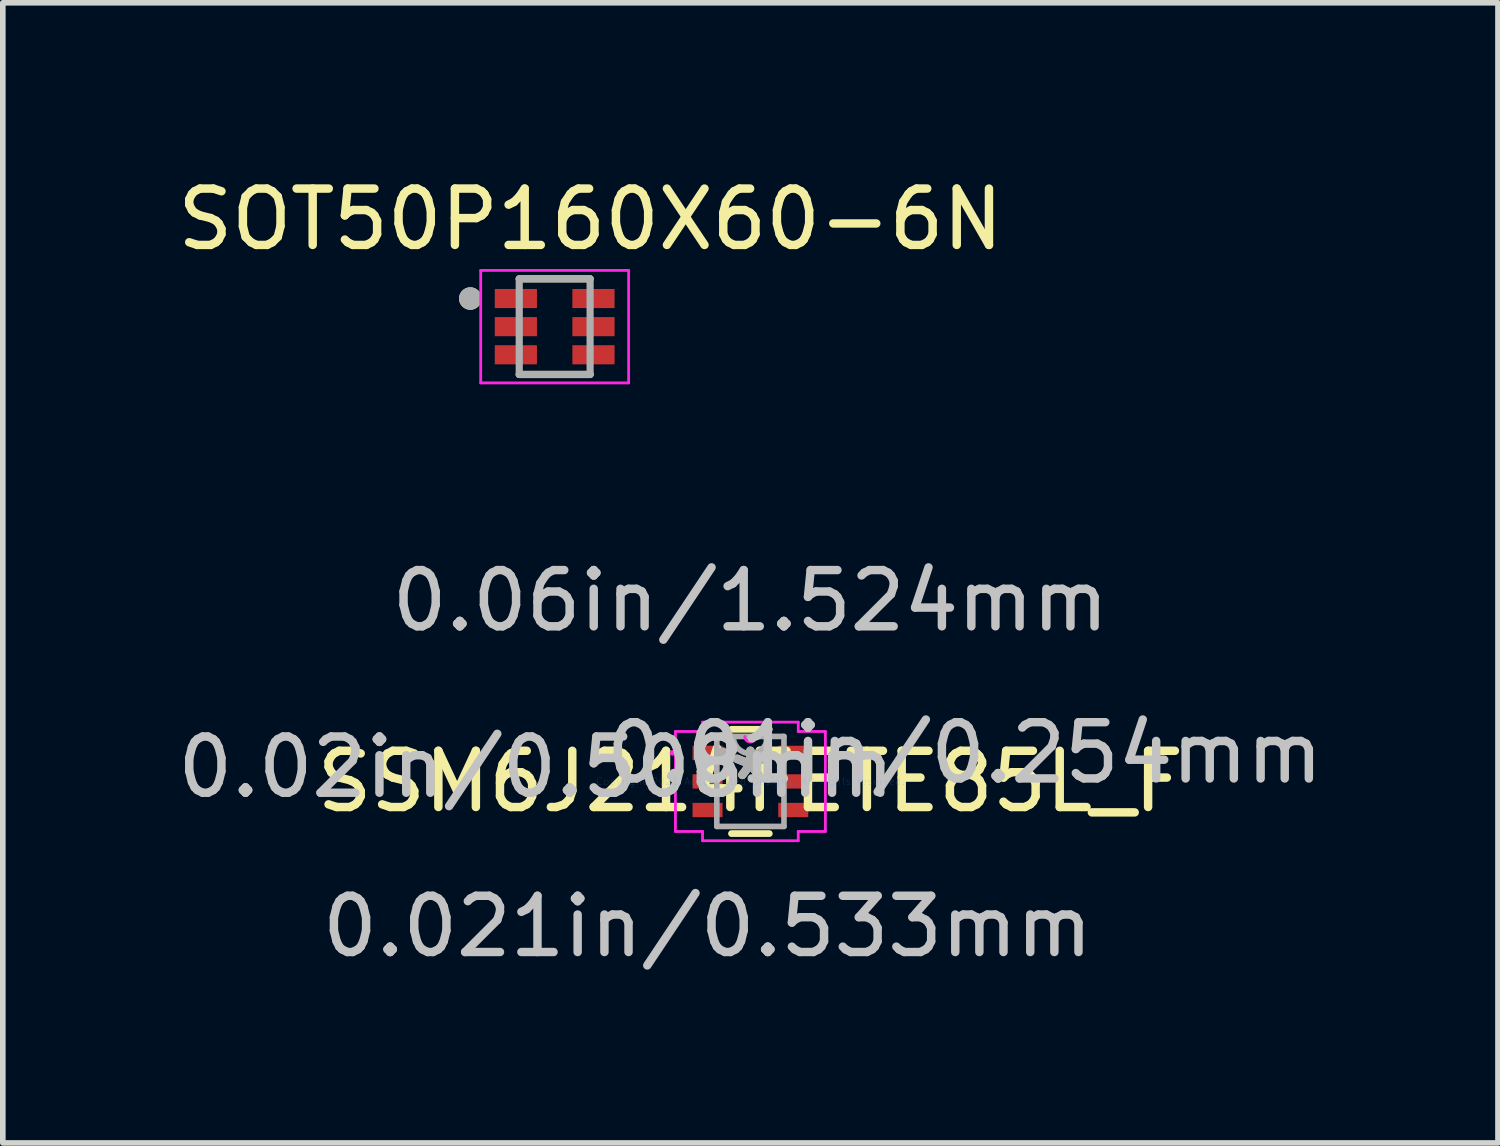
<source format=kicad_pcb>
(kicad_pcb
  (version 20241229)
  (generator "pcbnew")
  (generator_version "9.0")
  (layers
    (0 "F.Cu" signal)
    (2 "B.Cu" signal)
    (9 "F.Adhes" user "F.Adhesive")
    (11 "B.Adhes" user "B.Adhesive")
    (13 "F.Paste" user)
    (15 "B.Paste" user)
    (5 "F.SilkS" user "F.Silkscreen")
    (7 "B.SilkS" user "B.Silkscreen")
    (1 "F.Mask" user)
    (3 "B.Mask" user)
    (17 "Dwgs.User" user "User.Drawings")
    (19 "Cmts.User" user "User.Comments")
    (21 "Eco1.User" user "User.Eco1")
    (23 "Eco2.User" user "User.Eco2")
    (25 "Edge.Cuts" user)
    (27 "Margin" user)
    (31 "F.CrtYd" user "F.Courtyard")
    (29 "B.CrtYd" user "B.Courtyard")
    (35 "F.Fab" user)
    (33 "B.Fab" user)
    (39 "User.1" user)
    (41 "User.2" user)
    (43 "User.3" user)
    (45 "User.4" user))
  (footprint "SOT50P160X60-6N"
    (layer "F.Cu")
    (at 6.812 2.758)
    (property "Reference" "SOT50P160X60-6N" (at 0.636 -1.909 0) (layer "F.SilkS") (effects (font (size 1.002 1.002) (thickness 0.15))))
    (attr through_hole)
    (fp_line (start -0.63 -0.85) (end 0.63 -0.85) (stroke (width 0.127) (type solid)) (layer "F.SilkS"))
    (fp_line (start 0.63 0.85) (end -0.63 0.85) (stroke (width 0.127) (type solid)) (layer "F.SilkS"))
    (fp_circle (center -1.5 -0.5) (end -1.4 -0.5) (stroke (width 0.2) (type solid)) (fill no) (layer "F.SilkS"))
    (fp_line (start -1.315 -1) (end 1.315 -1) (stroke (width 0.05) (type solid)) (layer "F.CrtYd"))
    (fp_line (start -1.315 1) (end -1.315 -1) (stroke (width 0.05) (type solid)) (layer "F.CrtYd"))
    (fp_line (start 1.315 -1) (end 1.315 1) (stroke (width 0.05) (type solid)) (layer "F.CrtYd"))
    (fp_line (start 1.315 1) (end -1.315 1) (stroke (width 0.05) (type solid)) (layer "F.CrtYd"))
    (fp_line (start -0.63 -0.85) (end 0.63 -0.85) (stroke (width 0.127) (type solid)) (layer "F.Fab"))
    (fp_line (start -0.63 0.85) (end -0.63 -0.85) (stroke (width 0.127) (type solid)) (layer "F.Fab"))
    (fp_line (start 0.63 -0.85) (end 0.63 0.85) (stroke (width 0.127) (type solid)) (layer "F.Fab"))
    (fp_line (start 0.63 0.85) (end -0.63 0.85) (stroke (width 0.127) (type solid)) (layer "F.Fab"))
    (fp_circle (center -1.5 -0.5) (end -1.4 -0.5) (stroke (width 0.2) (type solid)) (fill no) (layer "F.Fab"))
    (pad "1" smd rect (at -0.69 -0.5) (size 0.75 0.34) (layers "F.Cu" "F.Mask" "F.Paste"))
    (pad "1" smd rect (at -0.69 0) (size 0.75 0.34) (layers "F.Cu" "F.Mask" "F.Paste"))
    (pad "1" smd rect (at 0.69 -0.5) (size 0.75 0.34) (layers "F.Cu" "F.Mask" "F.Paste"))
    (pad "1" smd rect (at 0.69 0) (size 0.75 0.34) (layers "F.Cu" "F.Mask" "F.Paste"))
    (pad "2" smd rect (at -0.69 0.5) (size 0.75 0.34) (layers "F.Cu" "F.Mask" "F.Paste"))
    (pad "3" smd rect (at 0.69 0.5) (size 0.75 0.34) (layers "F.Cu" "F.Mask" "F.Paste")))
  (footprint "SSM6J214FETE85L_F"
    (layer "F.Cu")
    (at 10.292 10.844)
    (property "Reference" "SSM6J214FETE85L_F" (at 0 0 0) (layer "F.SilkS") (effects (font (size 1 1) (thickness 0.15))))
    (attr through_hole)
    (fp_line (start -0.336 0.927) (end 0.336 0.927) (stroke (width 0.12) (type solid)) (layer "F.SilkS"))
    (fp_line (start 0.336 -0.927) (end -0.336 -0.927) (stroke (width 0.12) (type solid)) (layer "F.SilkS"))
    (fp_line (start -1.333 -0.889) (end -0.851 -0.889) (stroke (width 0.05) (type solid)) (layer "F.CrtYd"))
    (fp_line (start -1.333 0.889) (end -1.333 -0.889) (stroke (width 0.05) (type solid)) (layer "F.CrtYd"))
    (fp_line (start -0.851 -1.054) (end 0.851 -1.054) (stroke (width 0.05) (type solid)) (layer "F.CrtYd"))
    (fp_line (start -0.851 -0.889) (end -0.851 -1.054) (stroke (width 0.05) (type solid)) (layer "F.CrtYd"))
    (fp_line (start -0.851 0.889) (end -1.333 0.889) (stroke (width 0.05) (type solid)) (layer "F.CrtYd"))
    (fp_line (start -0.851 1.054) (end -0.851 0.889) (stroke (width 0.05) (type solid)) (layer "F.CrtYd"))
    (fp_line (start 0.851 -1.054) (end 0.851 -0.889) (stroke (width 0.05) (type solid)) (layer "F.CrtYd"))
    (fp_line (start 0.851 -0.889) (end 1.333 -0.889) (stroke (width 0.05) (type solid)) (layer "F.CrtYd"))
    (fp_line (start 0.851 0.889) (end 0.851 1.054) (stroke (width 0.05) (type solid)) (layer "F.CrtYd"))
    (fp_line (start 0.851 1.054) (end -0.851 1.054) (stroke (width 0.05) (type solid)) (layer "F.CrtYd"))
    (fp_line (start 1.333 -0.889) (end 1.333 0.889) (stroke (width 0.05) (type solid)) (layer "F.CrtYd"))
    (fp_line (start 1.333 0.889) (end 0.851 0.889) (stroke (width 0.05) (type solid)) (layer "F.CrtYd"))
    (fp_arc (start 0.099483 -0.8001) (mid 0 -0.700617) (end -0.099483 -0.8001) (stroke (width 0.05) (type solid)) (layer "F.CrtYd"))
    (fp_circle (center -1.384 -0.508) (end -1.384 -0.508) (stroke (width 0.05) (type solid)) (fill no) (layer "F.CrtYd"))
    (fp_line (start -0.597 -0.8) (end -0.597 0.8) (stroke (width 0.1) (type solid)) (layer "F.Fab"))
    (fp_line (start -0.597 0.8) (end 0.597 0.8) (stroke (width 0.1) (type solid)) (layer "F.Fab"))
    (fp_line (start 0.597 -0.8) (end -0.597 -0.8) (stroke (width 0.1) (type solid)) (layer "F.Fab"))
    (fp_line (start 0.597 0.8) (end 0.597 -0.8) (stroke (width 0.1) (type solid)) (layer "F.Fab"))
    (fp_arc (start 0.3048 -0.8001) (mid 0 -0.4953) (end -0.3048 -0.8001) (stroke (width 0.1) (type solid)) (layer "F.Fab"))
    (fp_circle (center -0.495 -0.508) (end -0.495 -0.508) (stroke (width 0.1) (type solid)) (fill no) (layer "F.Fab"))
    (fp_text user "*" (at 0 0 0) (layer "F.SilkS") (effects (font (size 1 1) (thickness 0.15))))
    (fp_text user "0.01in/0.254mm" (at 3.81 -0.508 0) (layer "Dwgs.User") (effects (font (size 1 1) (thickness 0.15))))
    (fp_text user "0.021in/0.533mm" (at -0.762 2.578 0) (layer "Dwgs.User") (effects (font (size 1 1) (thickness 0.15))))
    (fp_text user "0.02in/0.508mm" (at -3.81 -0.254 0) (layer "Dwgs.User") (effects (font (size 1 1) (thickness 0.15))))
    (fp_text user "0.06in/1.524mm" (at 0 -3.213 0) (layer "Dwgs.User") (effects (font (size 1 1) (thickness 0.15))))
    (fp_text user "Copyright 2021 Accelerated Designs. All rights reserved." (at 0 0 0) (layer "Cmts.User") (effects (font (size 0.127 0.127) (thickness 0.002))))
    (fp_text user "*" (at 0 0 0) (layer "F.Fab") (effects (font (size 1 1) (thickness 0.15))))
    (pad "1" smd rect (at -0.762 -0.508) (size 0.533 0.254) (layers "F.Cu" "F.Mask" "F.Paste"))
    (pad "2" smd rect (at -0.762 0) (size 0.533 0.254) (layers "F.Cu" "F.Mask" "F.Paste"))
    (pad "3" smd rect (at -0.762 0.508) (size 0.533 0.254) (layers "F.Cu" "F.Mask" "F.Paste"))
    (pad "4" smd rect (at 0.762 0.508) (size 0.533 0.254) (layers "F.Cu" "F.Mask" "F.Paste"))
    (pad "5" smd rect (at 0.762 0) (size 0.533 0.254) (layers "F.Cu" "F.Mask" "F.Paste"))
    (pad "6" smd rect (at 0.762 -0.508) (size 0.533 0.254) (layers "F.Cu" "F.Mask" "F.Paste")))
  (gr_rect
    (start -3 -3)
    (end 23.584 17.271)
    (stroke (width 0.1) (type default))
    (fill no)
    (layer "Edge.Cuts")))
</source>
